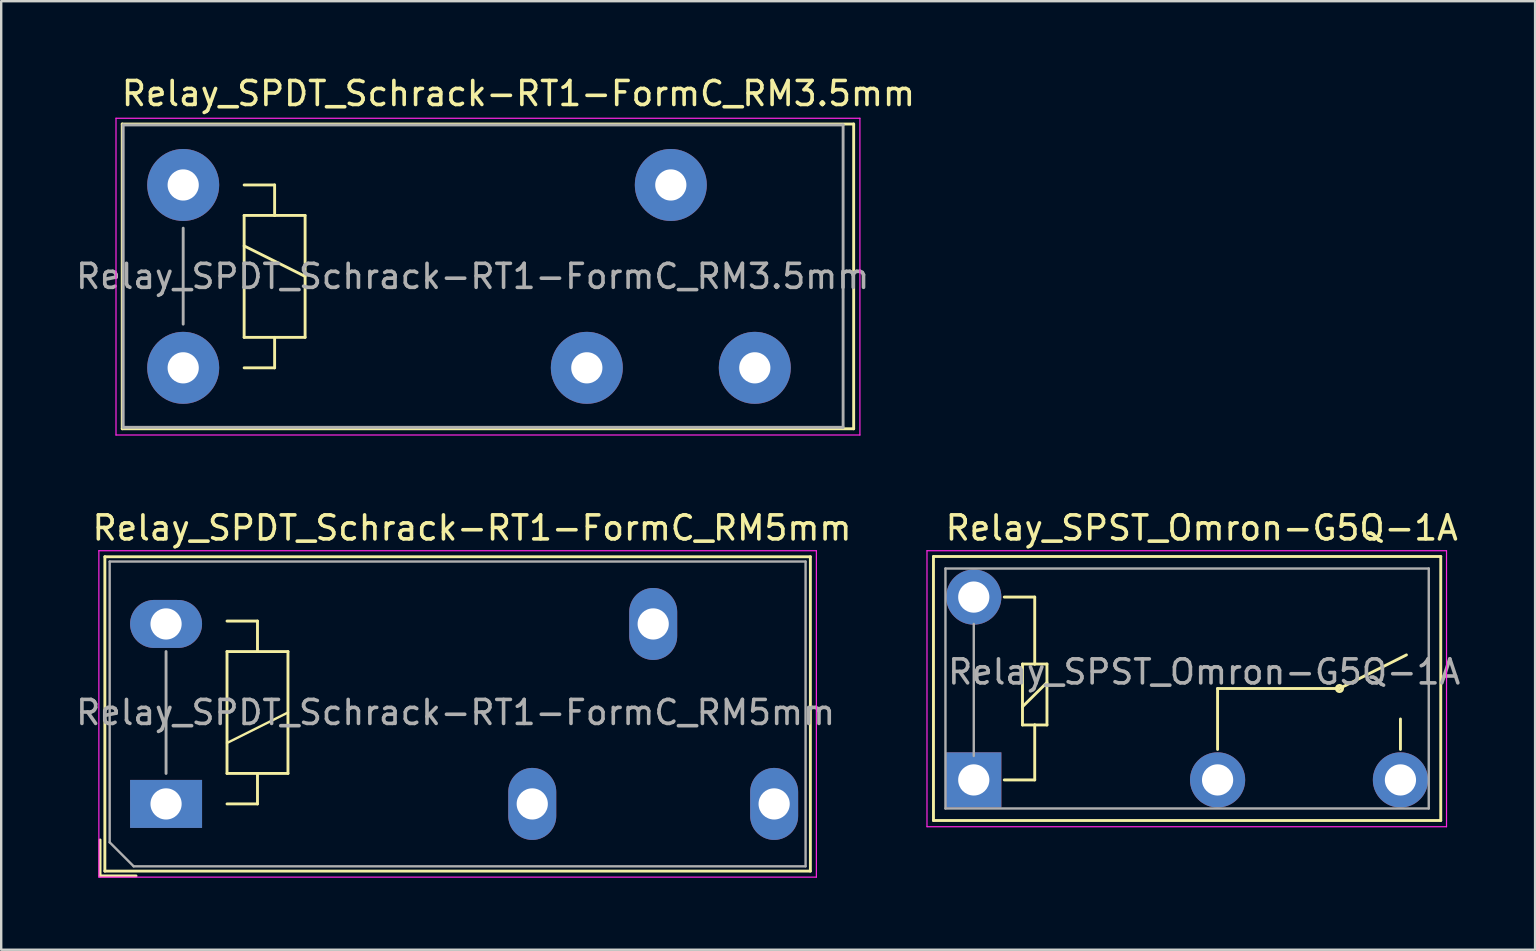
<source format=kicad_pcb>
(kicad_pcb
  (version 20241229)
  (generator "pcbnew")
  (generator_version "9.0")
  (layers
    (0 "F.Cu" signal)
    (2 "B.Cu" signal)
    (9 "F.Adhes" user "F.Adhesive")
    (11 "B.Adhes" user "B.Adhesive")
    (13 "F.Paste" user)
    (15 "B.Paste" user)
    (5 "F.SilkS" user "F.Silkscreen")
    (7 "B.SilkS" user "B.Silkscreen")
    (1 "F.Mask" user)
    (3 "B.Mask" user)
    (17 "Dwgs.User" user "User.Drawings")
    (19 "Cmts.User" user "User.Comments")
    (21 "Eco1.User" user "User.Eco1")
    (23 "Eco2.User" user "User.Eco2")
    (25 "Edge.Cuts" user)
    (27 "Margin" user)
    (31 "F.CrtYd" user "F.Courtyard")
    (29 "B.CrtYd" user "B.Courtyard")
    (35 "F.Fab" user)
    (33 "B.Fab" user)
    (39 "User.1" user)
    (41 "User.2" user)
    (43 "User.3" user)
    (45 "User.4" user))
  (footprint "Relay_SPDT_Schrack-RT1-FormC_RM3.5mm"
    (layer "F.Cu")
    (at 4.584 4.658)
    (property "Reference" "Relay_SPDT_Schrack-RT1-FormC_RM3.5mm" (at 13.97 -3.81 0) (layer "F.SilkS") (effects (font (size 1 1) (thickness 0.15))))
    (attr through_hole)
    (fp_line (start -2.54 -2.54) (end 27.94 -2.54) (stroke (width 0.12) (type solid)) (layer "F.SilkS"))
    (fp_line (start -2.54 10.16) (end -2.54 -2.54) (stroke (width 0.12) (type solid)) (layer "F.SilkS"))
    (fp_line (start 2.54 0) (end 3.81 0) (stroke (width 0.12) (type solid)) (layer "F.SilkS"))
    (fp_line (start 2.54 1.27) (end 3.81 1.27) (stroke (width 0.12) (type solid)) (layer "F.SilkS"))
    (fp_line (start 2.54 2.54) (end 5.08 3.81) (stroke (width 0.12) (type solid)) (layer "F.SilkS"))
    (fp_line (start 2.54 6.35) (end 2.54 1.27) (stroke (width 0.12) (type solid)) (layer "F.SilkS"))
    (fp_line (start 3.81 0) (end 3.81 1.27) (stroke (width 0.12) (type solid)) (layer "F.SilkS"))
    (fp_line (start 3.81 1.27) (end 5.08 1.27) (stroke (width 0.12) (type solid)) (layer "F.SilkS"))
    (fp_line (start 3.81 6.35) (end 3.81 7.62) (stroke (width 0.12) (type solid)) (layer "F.SilkS"))
    (fp_line (start 3.81 7.62) (end 2.54 7.62) (stroke (width 0.12) (type solid)) (layer "F.SilkS"))
    (fp_line (start 5.08 1.27) (end 5.08 6.35) (stroke (width 0.12) (type solid)) (layer "F.SilkS"))
    (fp_line (start 5.08 6.35) (end 2.54 6.35) (stroke (width 0.12) (type solid)) (layer "F.SilkS"))
    (fp_line (start 27.94 -2.54) (end 27.94 10.16) (stroke (width 0.12) (type solid)) (layer "F.SilkS"))
    (fp_line (start 27.94 10.16) (end -2.54 10.16) (stroke (width 0.12) (type solid)) (layer "F.SilkS"))
    (fp_line (start -2.8 -2.78) (end 28.2 -2.78) (stroke (width 0.05) (type solid)) (layer "F.CrtYd"))
    (fp_line (start -2.8 10.42) (end -2.8 -2.78) (stroke (width 0.05) (type solid)) (layer "F.CrtYd"))
    (fp_line (start 28.2 -2.78) (end 28.2 10.42) (stroke (width 0.05) (type solid)) (layer "F.CrtYd"))
    (fp_line (start 28.2 10.42) (end -2.8 10.42) (stroke (width 0.05) (type solid)) (layer "F.CrtYd"))
    (fp_line (start -2.5 -2.5) (end 27.5 -2.5) (stroke (width 0.12) (type solid)) (layer "F.Fab"))
    (fp_line (start -2.5 10.1) (end -2.5 -2.5) (stroke (width 0.12) (type solid)) (layer "F.Fab"))
    (fp_line (start 0 1.8) (end 0 5.8) (stroke (width 0.12) (type solid)) (layer "F.Fab"))
    (fp_line (start 27.5 -2.5) (end 27.5 10.1) (stroke (width 0.12) (type solid)) (layer "F.Fab"))
    (fp_line (start 27.5 10.1) (end -2.5 10.1) (stroke (width 0.12) (type solid)) (layer "F.Fab"))
    (fp_text user "${REFERENCE}" (at 12.065 3.81 0) (layer "F.Fab") (effects (font (size 1 1) (thickness 0.15))))
    (pad "11" thru_hole circle (at 20.32 0) (size 3 3) (drill 1.3) (layers "*.Cu" "*.Mask"))
    (pad "12" thru_hole circle (at 16.82 7.62) (size 3 3) (drill 1.3) (layers "*.Cu" "*.Mask"))
    (pad "14" thru_hole circle (at 23.82 7.62) (size 3 3) (drill 1.3) (layers "*.Cu" "*.Mask"))
    (pad "A1" thru_hole circle (at 0 0) (size 3 3) (drill 1.3) (layers "*.Cu" "*.Mask"))
    (pad "A2" thru_hole circle (at 0 7.62) (size 3 3) (drill 1.3) (layers "*.Cu" "*.Mask")))
  (footprint "Relay_SPST_Omron-G5Q-1A"
    (layer "F.Cu")
    (at 37.529 29.451)
    (property "Reference" "Relay_SPST_Omron-G5Q-1A" (at 9.5 -10.5 180) (layer "F.SilkS") (effects (font (size 1 1) (thickness 0.15))))
    (attr through_hole)
    (fp_line (start -1.68 -9.31) (end 19.46 -9.31) (stroke (width 0.12) (type solid)) (layer "F.SilkS"))
    (fp_line (start -1.68 1.69) (end -1.68 -9.31) (stroke (width 0.12) (type solid)) (layer "F.SilkS"))
    (fp_line (start -1.68 1.69) (end 19.46 1.69) (stroke (width 0.12) (type solid)) (layer "F.SilkS"))
    (fp_line (start 1.27 0) (end 2.54 0) (stroke (width 0.12) (type solid)) (layer "F.SilkS"))
    (fp_line (start 2.03 -4.83) (end 2.54 -4.83) (stroke (width 0.12) (type solid)) (layer "F.SilkS"))
    (fp_line (start 2.03 -3.05) (end 3.05 -4.06) (stroke (width 0.12) (type solid)) (layer "F.SilkS"))
    (fp_line (start 2.03 -2.29) (end 2.03 -4.83) (stroke (width 0.12) (type solid)) (layer "F.SilkS"))
    (fp_line (start 2.54 -7.62) (end 1.27 -7.62) (stroke (width 0.12) (type solid)) (layer "F.SilkS"))
    (fp_line (start 2.54 -4.83) (end 2.54 -7.62) (stroke (width 0.12) (type solid)) (layer "F.SilkS"))
    (fp_line (start 2.54 -4.83) (end 3.05 -4.83) (stroke (width 0.12) (type solid)) (layer "F.SilkS"))
    (fp_line (start 2.54 -2.29) (end 2.03 -2.29) (stroke (width 0.12) (type solid)) (layer "F.SilkS"))
    (fp_line (start 2.54 0) (end 2.54 -2.29) (stroke (width 0.12) (type solid)) (layer "F.SilkS"))
    (fp_line (start 3.05 -4.83) (end 3.05 -2.29) (stroke (width 0.12) (type solid)) (layer "F.SilkS"))
    (fp_line (start 3.05 -2.29) (end 2.54 -2.29) (stroke (width 0.12) (type solid)) (layer "F.SilkS"))
    (fp_line (start 10.16 -3.81) (end 15.24 -3.81) (stroke (width 0.12) (type solid)) (layer "F.SilkS"))
    (fp_line (start 10.16 -1.27) (end 10.16 -3.81) (stroke (width 0.12) (type solid)) (layer "F.SilkS"))
    (fp_line (start 15.24 -3.81) (end 18.03 -5.21) (stroke (width 0.12) (type solid)) (layer "F.SilkS"))
    (fp_line (start 17.78 -1.27) (end 17.78 -2.54) (stroke (width 0.12) (type solid)) (layer "F.SilkS"))
    (fp_line (start 19.46 1.69) (end 19.46 -9.31) (stroke (width 0.12) (type solid)) (layer "F.SilkS"))
    (fp_circle (center 15.24 -3.81) (end 15.24 -3.68) (stroke (width 0.12) (type solid)) (fill no) (layer "F.SilkS"))
    (fp_line (start -1.95 -9.55) (end 19.7 -9.55) (stroke (width 0.05) (type solid)) (layer "F.CrtYd"))
    (fp_line (start -1.95 1.95) (end -1.95 -9.55) (stroke (width 0.05) (type solid)) (layer "F.CrtYd"))
    (fp_line (start 19.7 -9.55) (end 19.7 1.95) (stroke (width 0.05) (type solid)) (layer "F.CrtYd"))
    (fp_line (start 19.7 1.95) (end -1.95 1.95) (stroke (width 0.05) (type solid)) (layer "F.CrtYd"))
    (fp_line (start -1.18 -8.81) (end 18.96 -8.81) (stroke (width 0.1) (type solid)) (layer "F.Fab"))
    (fp_line (start -1.18 1.19) (end -1.18 -8.81) (stroke (width 0.1) (type solid)) (layer "F.Fab"))
    (fp_line (start 0 -1) (end 0 -6.5) (stroke (width 0.1) (type solid)) (layer "F.Fab"))
    (fp_line (start 18.96 -8.81) (end 18.96 1.19) (stroke (width 0.1) (type solid)) (layer "F.Fab"))
    (fp_line (start 18.96 1.19) (end -1.18 1.19) (stroke (width 0.1) (type solid)) (layer "F.Fab"))
    (fp_text user "${REFERENCE}" (at 9.6 -4.5 0) (layer "F.Fab") (effects (font (size 1 1) (thickness 0.15))))
    (pad "1" thru_hole rect (at 0 0 180) (size 2.3 2.3) (drill 1.3) (layers "*.Cu" "*.Mask"))
    (pad "2" thru_hole circle (at 10.16 0 180) (size 2.3 2.3) (drill 1.3) (layers "*.Cu" "*.Mask"))
    (pad "3" thru_hole circle (at 17.78 0 180) (size 2.3 2.3) (drill 1.3) (layers "*.Cu" "*.Mask"))
    (pad "5" thru_hole circle (at 0 -7.62 180) (size 2.3 2.3) (drill 1.3) (layers "*.Cu" "*.Mask")))
  (footprint "Relay_SPDT_Schrack-RT1-FormC_RM5mm"
    (layer "F.Cu")
    (at 3.87 30.451)
    (property "Reference" "Relay_SPDT_Schrack-RT1-FormC_RM5mm" (at 12.75 -11.5 0) (layer "F.SilkS") (effects (font (size 1 1) (thickness 0.15))))
    (attr through_hole)
    (fp_line (start -2.75 1.5) (end -2.75 3) (stroke (width 0.12) (type solid)) (layer "F.SilkS"))
    (fp_line (start -2.75 3) (end -1.25 3) (stroke (width 0.12) (type solid)) (layer "F.SilkS"))
    (fp_line (start -2.55 -10.3) (end -2.55 2.8) (stroke (width 0.12) (type solid)) (layer "F.SilkS"))
    (fp_line (start -2.55 2.8) (end 26.85 2.8) (stroke (width 0.12) (type solid)) (layer "F.SilkS"))
    (fp_line (start 2.54 -6.35) (end 2.54 -1.27) (stroke (width 0.12) (type solid)) (layer "F.SilkS"))
    (fp_line (start 2.54 -2.54) (end 5.08 -3.81) (stroke (width 0.1) (type solid)) (layer "F.SilkS"))
    (fp_line (start 2.54 -1.27) (end 3.81 -1.27) (stroke (width 0.12) (type solid)) (layer "F.SilkS"))
    (fp_line (start 2.54 0) (end 3.81 0) (stroke (width 0.12) (type solid)) (layer "F.SilkS"))
    (fp_line (start 3.81 -7.62) (end 2.54 -7.62) (stroke (width 0.12) (type solid)) (layer "F.SilkS"))
    (fp_line (start 3.81 -6.35) (end 3.81 -7.62) (stroke (width 0.12) (type solid)) (layer "F.SilkS"))
    (fp_line (start 3.81 -1.27) (end 5.08 -1.27) (stroke (width 0.12) (type solid)) (layer "F.SilkS"))
    (fp_line (start 3.81 0) (end 3.81 -1.27) (stroke (width 0.12) (type solid)) (layer "F.SilkS"))
    (fp_line (start 5.08 -6.35) (end 2.54 -6.35) (stroke (width 0.12) (type solid)) (layer "F.SilkS"))
    (fp_line (start 5.08 -1.27) (end 5.08 -6.35) (stroke (width 0.12) (type solid)) (layer "F.SilkS"))
    (fp_line (start 26.85 -10.3) (end -2.55 -10.3) (stroke (width 0.12) (type solid)) (layer "F.SilkS"))
    (fp_line (start 26.85 2.8) (end 26.85 -10.3) (stroke (width 0.12) (type solid)) (layer "F.SilkS"))
    (fp_line (start -2.8 -10.55) (end -2.8 3.05) (stroke (width 0.05) (type solid)) (layer "F.CrtYd"))
    (fp_line (start -2.8 3.05) (end 27.1 3.05) (stroke (width 0.05) (type solid)) (layer "F.CrtYd"))
    (fp_line (start 27.1 -10.55) (end -2.8 -10.55) (stroke (width 0.05) (type solid)) (layer "F.CrtYd"))
    (fp_line (start 27.1 3.05) (end 27.1 -10.55) (stroke (width 0.05) (type solid)) (layer "F.CrtYd"))
    (fp_line (start -2.35 -10.1) (end -2.35 1.6) (stroke (width 0.1) (type solid)) (layer "F.Fab"))
    (fp_line (start -2.35 1.6) (end -1.35 2.6) (stroke (width 0.1) (type solid)) (layer "F.Fab"))
    (fp_line (start -1.35 2.6) (end 26.65 2.6) (stroke (width 0.1) (type solid)) (layer "F.Fab"))
    (fp_line (start 0 -1.27) (end 0 -6.35) (stroke (width 0.12) (type solid)) (layer "F.Fab"))
    (fp_line (start 26.65 -10.1) (end -2.35 -10.1) (stroke (width 0.1) (type solid)) (layer "F.Fab"))
    (fp_line (start 26.65 2.6) (end 26.65 -10.1) (stroke (width 0.1) (type solid)) (layer "F.Fab"))
    (fp_text user "${REFERENCE}" (at 12.065 -3.81 180) (layer "F.Fab") (effects (font (size 1 1) (thickness 0.15))))
    (pad "11" thru_hole oval (at 20.3 -7.5 180) (size 2 3) (drill 1.3) (layers "*.Cu" "*.Mask"))
    (pad "12" thru_hole oval (at 15.26 0 180) (size 2 3) (drill 1.3) (layers "*.Cu" "*.Mask"))
    (pad "14" thru_hole oval (at 25.34 0 180) (size 2 3) (drill 1.3) (layers "*.Cu" "*.Mask"))
    (pad "A1" thru_hole rect (at 0 0 180) (size 3 2) (drill 1.3) (layers "*.Cu" "*.Mask"))
    (pad "A2" thru_hole oval (at 0 -7.5 180) (size 3 2) (drill 1.3) (layers "*.Cu" "*.Mask")))
  (gr_rect
    (start -3 -3)
    (end 60.921 36.526)
    (stroke (width 0.1) (type default))
    (fill no)
    (layer "Edge.Cuts")))
</source>
